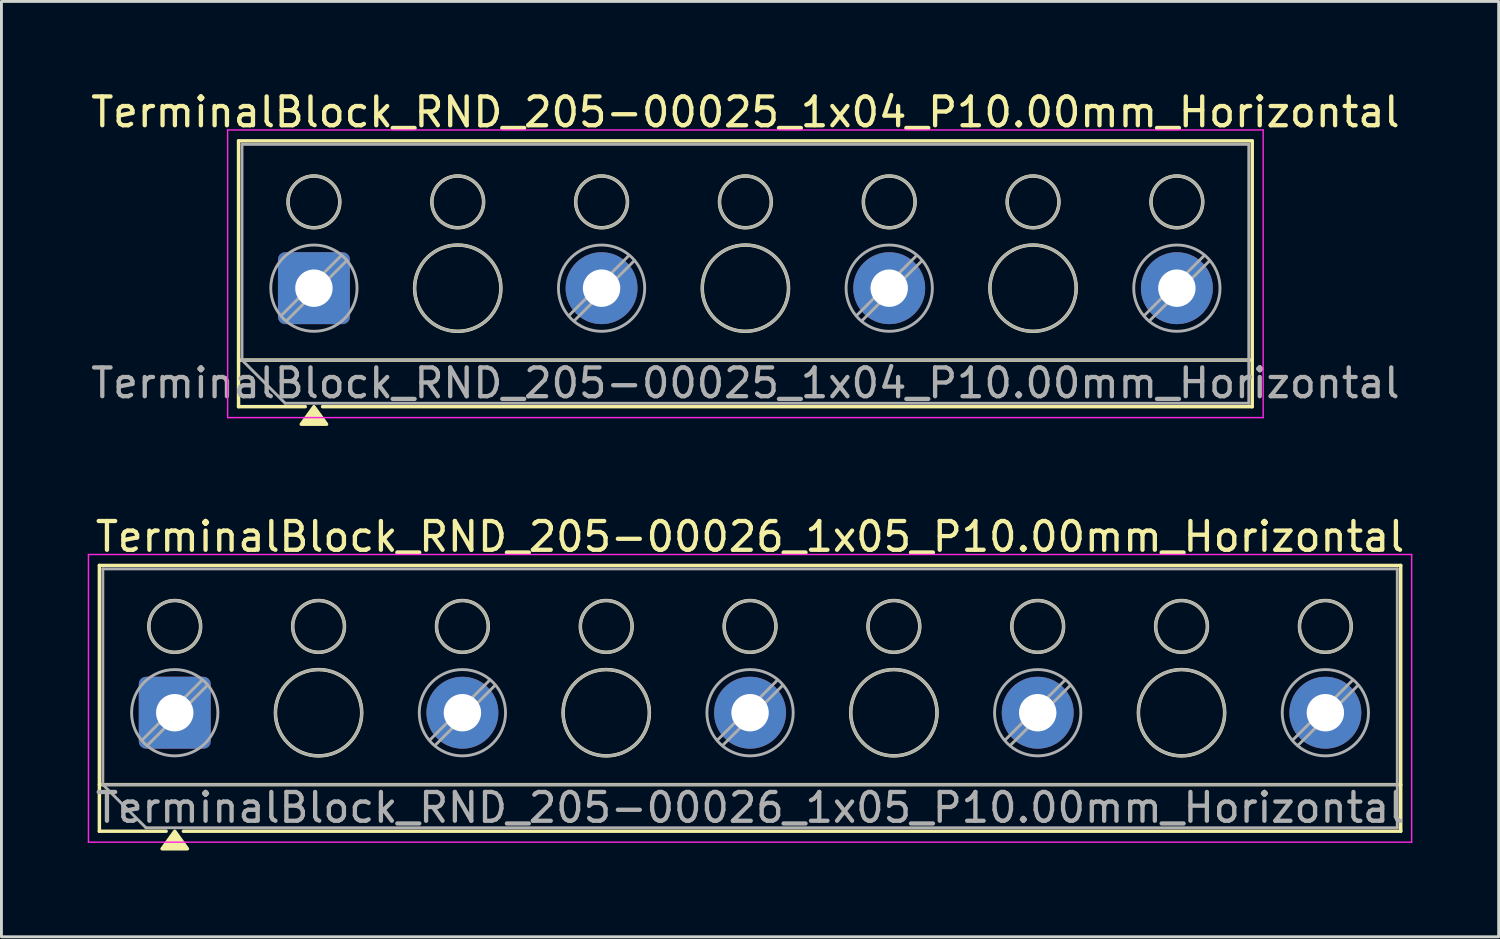
<source format=kicad_pcb>
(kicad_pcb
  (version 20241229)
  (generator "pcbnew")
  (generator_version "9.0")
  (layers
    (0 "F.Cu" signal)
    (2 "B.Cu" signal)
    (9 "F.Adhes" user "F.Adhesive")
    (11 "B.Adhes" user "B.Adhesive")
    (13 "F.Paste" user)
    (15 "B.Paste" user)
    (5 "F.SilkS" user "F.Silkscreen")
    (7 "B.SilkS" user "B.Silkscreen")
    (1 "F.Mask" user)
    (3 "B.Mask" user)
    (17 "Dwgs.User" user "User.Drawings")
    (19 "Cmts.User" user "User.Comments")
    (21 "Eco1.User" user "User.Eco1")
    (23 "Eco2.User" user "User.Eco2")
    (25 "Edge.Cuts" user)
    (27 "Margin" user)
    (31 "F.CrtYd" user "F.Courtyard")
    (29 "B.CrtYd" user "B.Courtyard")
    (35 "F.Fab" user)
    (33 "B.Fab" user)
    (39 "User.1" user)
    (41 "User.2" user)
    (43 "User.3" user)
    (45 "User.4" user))
  (footprint "TerminalBlock_RND_205-00026_1x05_P10.00mm_Horizontal"
    (layer "F.Cu")
    (at 3.025 21.727)
    (property "Reference" "TerminalBlock_RND_205-00026_1x05_P10.00mm_Horizontal" (at 20 -6.12 0) (layer "F.SilkS") (effects (font (size 1 1) (thickness 0.15))))
    (attr through_hole)
    (fp_line (start -2.62 -5.12) (end -2.62 4.12) (stroke (width 0.12) (type solid)) (layer "F.SilkS"))
    (fp_line (start -2.62 -5.12) (end 42.62 -5.12) (stroke (width 0.12) (type solid)) (layer "F.SilkS"))
    (fp_line (start -2.62 2.5) (end 42.62 2.5) (stroke (width 0.12) (type solid)) (layer "F.SilkS"))
    (fp_line (start -2.62 4.12) (end -0.3 4.12) (stroke (width 0.12) (type solid)) (layer "F.SilkS"))
    (fp_line (start 0.3 4.12) (end 42.62 4.12) (stroke (width 0.12) (type solid)) (layer "F.SilkS"))
    (fp_line (start 42.62 -5.12) (end 42.62 4.12) (stroke (width 0.12) (type solid)) (layer "F.SilkS"))
    (fp_circle (center 0 -3) (end 0.9 -3) (stroke (width 0.12) (type solid)) (fill no) (layer "F.SilkS"))
    (fp_circle (center 5 -3) (end 5.9 -3) (stroke (width 0.12) (type solid)) (fill no) (layer "F.SilkS"))
    (fp_circle (center 5 0) (end 6.5 0) (stroke (width 0.12) (type solid)) (fill no) (layer "F.SilkS"))
    (fp_circle (center 10 -3) (end 10.9 -3) (stroke (width 0.12) (type solid)) (fill no) (layer "F.SilkS"))
    (fp_circle (center 15 -3) (end 15.9 -3) (stroke (width 0.12) (type solid)) (fill no) (layer "F.SilkS"))
    (fp_circle (center 15 0) (end 16.5 0) (stroke (width 0.12) (type solid)) (fill no) (layer "F.SilkS"))
    (fp_circle (center 20 -3) (end 20.9 -3) (stroke (width 0.12) (type solid)) (fill no) (layer "F.SilkS"))
    (fp_circle (center 25 -3) (end 25.9 -3) (stroke (width 0.12) (type solid)) (fill no) (layer "F.SilkS"))
    (fp_circle (center 25 0) (end 26.5 0) (stroke (width 0.12) (type solid)) (fill no) (layer "F.SilkS"))
    (fp_circle (center 30 -3) (end 30.9 -3) (stroke (width 0.12) (type solid)) (fill no) (layer "F.SilkS"))
    (fp_circle (center 35 -3) (end 35.9 -3) (stroke (width 0.12) (type solid)) (fill no) (layer "F.SilkS"))
    (fp_circle (center 35 0) (end 36.5 0) (stroke (width 0.12) (type solid)) (fill no) (layer "F.SilkS"))
    (fp_circle (center 40 -3) (end 40.9 -3) (stroke (width 0.12) (type solid)) (fill no) (layer "F.SilkS"))
    (fp_poly (pts (xy 0 4.12) (xy 0.44 4.73) (xy -0.44 4.73)) (stroke (width 0.12) (type solid)) (fill yes) (layer "F.SilkS"))
    (fp_line (start -3 -5.5) (end -3 4.5) (stroke (width 0.05) (type solid)) (layer "F.CrtYd"))
    (fp_line (start -3 4.5) (end 43 4.5) (stroke (width 0.05) (type solid)) (layer "F.CrtYd"))
    (fp_line (start 43 -5.5) (end -3 -5.5) (stroke (width 0.05) (type solid)) (layer "F.CrtYd"))
    (fp_line (start 43 4.5) (end 43 -5.5) (stroke (width 0.05) (type solid)) (layer "F.CrtYd"))
    (fp_line (start -2.5 -5) (end 42.5 -5) (stroke (width 0.1) (type solid)) (layer "F.Fab"))
    (fp_line (start -2.5 2.5) (end -2.5 -5) (stroke (width 0.1) (type solid)) (layer "F.Fab"))
    (fp_line (start -2.5 2.5) (end 42.5 2.5) (stroke (width 0.1) (type solid)) (layer "F.Fab"))
    (fp_line (start -1 4) (end -2.5 2.5) (stroke (width 0.1) (type solid)) (layer "F.Fab"))
    (fp_line (start 0.955 -1.138) (end -1.138 0.955) (stroke (width 0.1) (type solid)) (layer "F.Fab"))
    (fp_line (start 1.138 -0.955) (end -0.955 1.138) (stroke (width 0.1) (type solid)) (layer "F.Fab"))
    (fp_line (start 10.955 -1.138) (end 8.862 0.955) (stroke (width 0.1) (type solid)) (layer "F.Fab"))
    (fp_line (start 11.138 -0.955) (end 9.045 1.138) (stroke (width 0.1) (type solid)) (layer "F.Fab"))
    (fp_line (start 20.955 -1.138) (end 18.862 0.955) (stroke (width 0.1) (type solid)) (layer "F.Fab"))
    (fp_line (start 21.138 -0.955) (end 19.045 1.138) (stroke (width 0.1) (type solid)) (layer "F.Fab"))
    (fp_line (start 30.955 -1.138) (end 28.862 0.955) (stroke (width 0.1) (type solid)) (layer "F.Fab"))
    (fp_line (start 31.138 -0.955) (end 29.045 1.138) (stroke (width 0.1) (type solid)) (layer "F.Fab"))
    (fp_line (start 40.955 -1.138) (end 38.862 0.955) (stroke (width 0.1) (type solid)) (layer "F.Fab"))
    (fp_line (start 41.138 -0.955) (end 39.045 1.138) (stroke (width 0.1) (type solid)) (layer "F.Fab"))
    (fp_line (start 42.5 -5) (end 42.5 4) (stroke (width 0.1) (type solid)) (layer "F.Fab"))
    (fp_line (start 42.5 4) (end -1 4) (stroke (width 0.1) (type solid)) (layer "F.Fab"))
    (fp_circle (center 0 -3) (end 0.9 -3) (stroke (width 0.1) (type solid)) (fill no) (layer "F.Fab"))
    (fp_circle (center 0 0) (end 1.5 0) (stroke (width 0.1) (type solid)) (fill no) (layer "F.Fab"))
    (fp_circle (center 5 -3) (end 5.9 -3) (stroke (width 0.1) (type solid)) (fill no) (layer "F.Fab"))
    (fp_circle (center 5 0) (end 6.5 0) (stroke (width 0.1) (type solid)) (fill no) (layer "F.Fab"))
    (fp_circle (center 10 -3) (end 10.9 -3) (stroke (width 0.1) (type solid)) (fill no) (layer "F.Fab"))
    (fp_circle (center 10 0) (end 11.5 0) (stroke (width 0.1) (type solid)) (fill no) (layer "F.Fab"))
    (fp_circle (center 15 -3) (end 15.9 -3) (stroke (width 0.1) (type solid)) (fill no) (layer "F.Fab"))
    (fp_circle (center 15 0) (end 16.5 0) (stroke (width 0.1) (type solid)) (fill no) (layer "F.Fab"))
    (fp_circle (center 20 -3) (end 20.9 -3) (stroke (width 0.1) (type solid)) (fill no) (layer "F.Fab"))
    (fp_circle (center 20 0) (end 21.5 0) (stroke (width 0.1) (type solid)) (fill no) (layer "F.Fab"))
    (fp_circle (center 25 -3) (end 25.9 -3) (stroke (width 0.1) (type solid)) (fill no) (layer "F.Fab"))
    (fp_circle (center 25 0) (end 26.5 0) (stroke (width 0.1) (type solid)) (fill no) (layer "F.Fab"))
    (fp_circle (center 30 -3) (end 30.9 -3) (stroke (width 0.1) (type solid)) (fill no) (layer "F.Fab"))
    (fp_circle (center 30 0) (end 31.5 0) (stroke (width 0.1) (type solid)) (fill no) (layer "F.Fab"))
    (fp_circle (center 35 -3) (end 35.9 -3) (stroke (width 0.1) (type solid)) (fill no) (layer "F.Fab"))
    (fp_circle (center 35 0) (end 36.5 0) (stroke (width 0.1) (type solid)) (fill no) (layer "F.Fab"))
    (fp_circle (center 40 -3) (end 40.9 -3) (stroke (width 0.1) (type solid)) (fill no) (layer "F.Fab"))
    (fp_circle (center 40 0) (end 41.5 0) (stroke (width 0.1) (type solid)) (fill no) (layer "F.Fab"))
    (fp_text user "${REFERENCE}" (at 20 3.3 0) (layer "F.Fab") (effects (font (size 1 1) (thickness 0.15))))
    (pad "1" thru_hole roundrect (at 0 0) (size 2.5 2.5) (drill 1.3) (layers "*.Cu" "*.Mask") (roundrect_rratio 0.1))
    (pad "2" thru_hole circle (at 10 0) (size 2.5 2.5) (drill 1.3) (layers "*.Cu" "*.Mask"))
    (pad "3" thru_hole circle (at 20 0) (size 2.5 2.5) (drill 1.3) (layers "*.Cu" "*.Mask"))
    (pad "4" thru_hole circle (at 30 0) (size 2.5 2.5) (drill 1.3) (layers "*.Cu" "*.Mask"))
    (pad "5" thru_hole circle (at 40 0) (size 2.5 2.5) (drill 1.3) (layers "*.Cu" "*.Mask")))
  (footprint "TerminalBlock_RND_205-00025_1x04_P10.00mm_Horizontal"
    (layer "F.Cu")
    (at 7.863 6.968)
    (property "Reference" "TerminalBlock_RND_205-00025_1x04_P10.00mm_Horizontal" (at 15 -6.12 0) (layer "F.SilkS") (effects (font (size 1 1) (thickness 0.15))))
    (attr through_hole)
    (fp_line (start -2.62 -5.12) (end -2.62 4.12) (stroke (width 0.12) (type solid)) (layer "F.SilkS"))
    (fp_line (start -2.62 -5.12) (end 32.62 -5.12) (stroke (width 0.12) (type solid)) (layer "F.SilkS"))
    (fp_line (start -2.62 2.5) (end 32.62 2.5) (stroke (width 0.12) (type solid)) (layer "F.SilkS"))
    (fp_line (start -2.62 4.12) (end -0.3 4.12) (stroke (width 0.12) (type solid)) (layer "F.SilkS"))
    (fp_line (start 0.3 4.12) (end 32.62 4.12) (stroke (width 0.12) (type solid)) (layer "F.SilkS"))
    (fp_line (start 32.62 -5.12) (end 32.62 4.12) (stroke (width 0.12) (type solid)) (layer "F.SilkS"))
    (fp_circle (center 0 -3) (end 0.9 -3) (stroke (width 0.12) (type solid)) (fill no) (layer "F.SilkS"))
    (fp_circle (center 5 -3) (end 5.9 -3) (stroke (width 0.12) (type solid)) (fill no) (layer "F.SilkS"))
    (fp_circle (center 5 0) (end 6.5 0) (stroke (width 0.12) (type solid)) (fill no) (layer "F.SilkS"))
    (fp_circle (center 10 -3) (end 10.9 -3) (stroke (width 0.12) (type solid)) (fill no) (layer "F.SilkS"))
    (fp_circle (center 15 -3) (end 15.9 -3) (stroke (width 0.12) (type solid)) (fill no) (layer "F.SilkS"))
    (fp_circle (center 15 0) (end 16.5 0) (stroke (width 0.12) (type solid)) (fill no) (layer "F.SilkS"))
    (fp_circle (center 20 -3) (end 20.9 -3) (stroke (width 0.12) (type solid)) (fill no) (layer "F.SilkS"))
    (fp_circle (center 25 -3) (end 25.9 -3) (stroke (width 0.12) (type solid)) (fill no) (layer "F.SilkS"))
    (fp_circle (center 25 0) (end 26.5 0) (stroke (width 0.12) (type solid)) (fill no) (layer "F.SilkS"))
    (fp_circle (center 30 -3) (end 30.9 -3) (stroke (width 0.12) (type solid)) (fill no) (layer "F.SilkS"))
    (fp_poly (pts (xy 0 4.12) (xy 0.44 4.73) (xy -0.44 4.73)) (stroke (width 0.12) (type solid)) (fill yes) (layer "F.SilkS"))
    (fp_line (start -3 -5.5) (end -3 4.5) (stroke (width 0.05) (type solid)) (layer "F.CrtYd"))
    (fp_line (start -3 4.5) (end 33 4.5) (stroke (width 0.05) (type solid)) (layer "F.CrtYd"))
    (fp_line (start 33 -5.5) (end -3 -5.5) (stroke (width 0.05) (type solid)) (layer "F.CrtYd"))
    (fp_line (start 33 4.5) (end 33 -5.5) (stroke (width 0.05) (type solid)) (layer "F.CrtYd"))
    (fp_line (start -2.5 -5) (end 32.5 -5) (stroke (width 0.1) (type solid)) (layer "F.Fab"))
    (fp_line (start -2.5 2.5) (end -2.5 -5) (stroke (width 0.1) (type solid)) (layer "F.Fab"))
    (fp_line (start -2.5 2.5) (end 32.5 2.5) (stroke (width 0.1) (type solid)) (layer "F.Fab"))
    (fp_line (start -1 4) (end -2.5 2.5) (stroke (width 0.1) (type solid)) (layer "F.Fab"))
    (fp_line (start 0.955 -1.138) (end -1.138 0.955) (stroke (width 0.1) (type solid)) (layer "F.Fab"))
    (fp_line (start 1.138 -0.955) (end -0.955 1.138) (stroke (width 0.1) (type solid)) (layer "F.Fab"))
    (fp_line (start 10.955 -1.138) (end 8.862 0.955) (stroke (width 0.1) (type solid)) (layer "F.Fab"))
    (fp_line (start 11.138 -0.955) (end 9.045 1.138) (stroke (width 0.1) (type solid)) (layer "F.Fab"))
    (fp_line (start 20.955 -1.138) (end 18.862 0.955) (stroke (width 0.1) (type solid)) (layer "F.Fab"))
    (fp_line (start 21.138 -0.955) (end 19.045 1.138) (stroke (width 0.1) (type solid)) (layer "F.Fab"))
    (fp_line (start 30.955 -1.138) (end 28.862 0.955) (stroke (width 0.1) (type solid)) (layer "F.Fab"))
    (fp_line (start 31.138 -0.955) (end 29.045 1.138) (stroke (width 0.1) (type solid)) (layer "F.Fab"))
    (fp_line (start 32.5 -5) (end 32.5 4) (stroke (width 0.1) (type solid)) (layer "F.Fab"))
    (fp_line (start 32.5 4) (end -1 4) (stroke (width 0.1) (type solid)) (layer "F.Fab"))
    (fp_circle (center 0 -3) (end 0.9 -3) (stroke (width 0.1) (type solid)) (fill no) (layer "F.Fab"))
    (fp_circle (center 0 0) (end 1.5 0) (stroke (width 0.1) (type solid)) (fill no) (layer "F.Fab"))
    (fp_circle (center 5 -3) (end 5.9 -3) (stroke (width 0.1) (type solid)) (fill no) (layer "F.Fab"))
    (fp_circle (center 5 0) (end 6.5 0) (stroke (width 0.1) (type solid)) (fill no) (layer "F.Fab"))
    (fp_circle (center 10 -3) (end 10.9 -3) (stroke (width 0.1) (type solid)) (fill no) (layer "F.Fab"))
    (fp_circle (center 10 0) (end 11.5 0) (stroke (width 0.1) (type solid)) (fill no) (layer "F.Fab"))
    (fp_circle (center 15 -3) (end 15.9 -3) (stroke (width 0.1) (type solid)) (fill no) (layer "F.Fab"))
    (fp_circle (center 15 0) (end 16.5 0) (stroke (width 0.1) (type solid)) (fill no) (layer "F.Fab"))
    (fp_circle (center 20 -3) (end 20.9 -3) (stroke (width 0.1) (type solid)) (fill no) (layer "F.Fab"))
    (fp_circle (center 20 0) (end 21.5 0) (stroke (width 0.1) (type solid)) (fill no) (layer "F.Fab"))
    (fp_circle (center 25 -3) (end 25.9 -3) (stroke (width 0.1) (type solid)) (fill no) (layer "F.Fab"))
    (fp_circle (center 25 0) (end 26.5 0) (stroke (width 0.1) (type solid)) (fill no) (layer "F.Fab"))
    (fp_circle (center 30 -3) (end 30.9 -3) (stroke (width 0.1) (type solid)) (fill no) (layer "F.Fab"))
    (fp_circle (center 30 0) (end 31.5 0) (stroke (width 0.1) (type solid)) (fill no) (layer "F.Fab"))
    (fp_text user "${REFERENCE}" (at 15 3.3 0) (layer "F.Fab") (effects (font (size 1 1) (thickness 0.15))))
    (pad "1" thru_hole roundrect (at 0 0) (size 2.5 2.5) (drill 1.3) (layers "*.Cu" "*.Mask") (roundrect_rratio 0.1))
    (pad "2" thru_hole circle (at 10 0) (size 2.5 2.5) (drill 1.3) (layers "*.Cu" "*.Mask"))
    (pad "3" thru_hole circle (at 20 0) (size 2.5 2.5) (drill 1.3) (layers "*.Cu" "*.Mask"))
    (pad "4" thru_hole circle (at 30 0) (size 2.5 2.5) (drill 1.3) (layers "*.Cu" "*.Mask")))
  (gr_rect
    (start -3 -3)
    (end 49.05 29.517)
    (stroke (width 0.1) (type default))
    (fill no)
    (layer "Edge.Cuts")))
</source>
